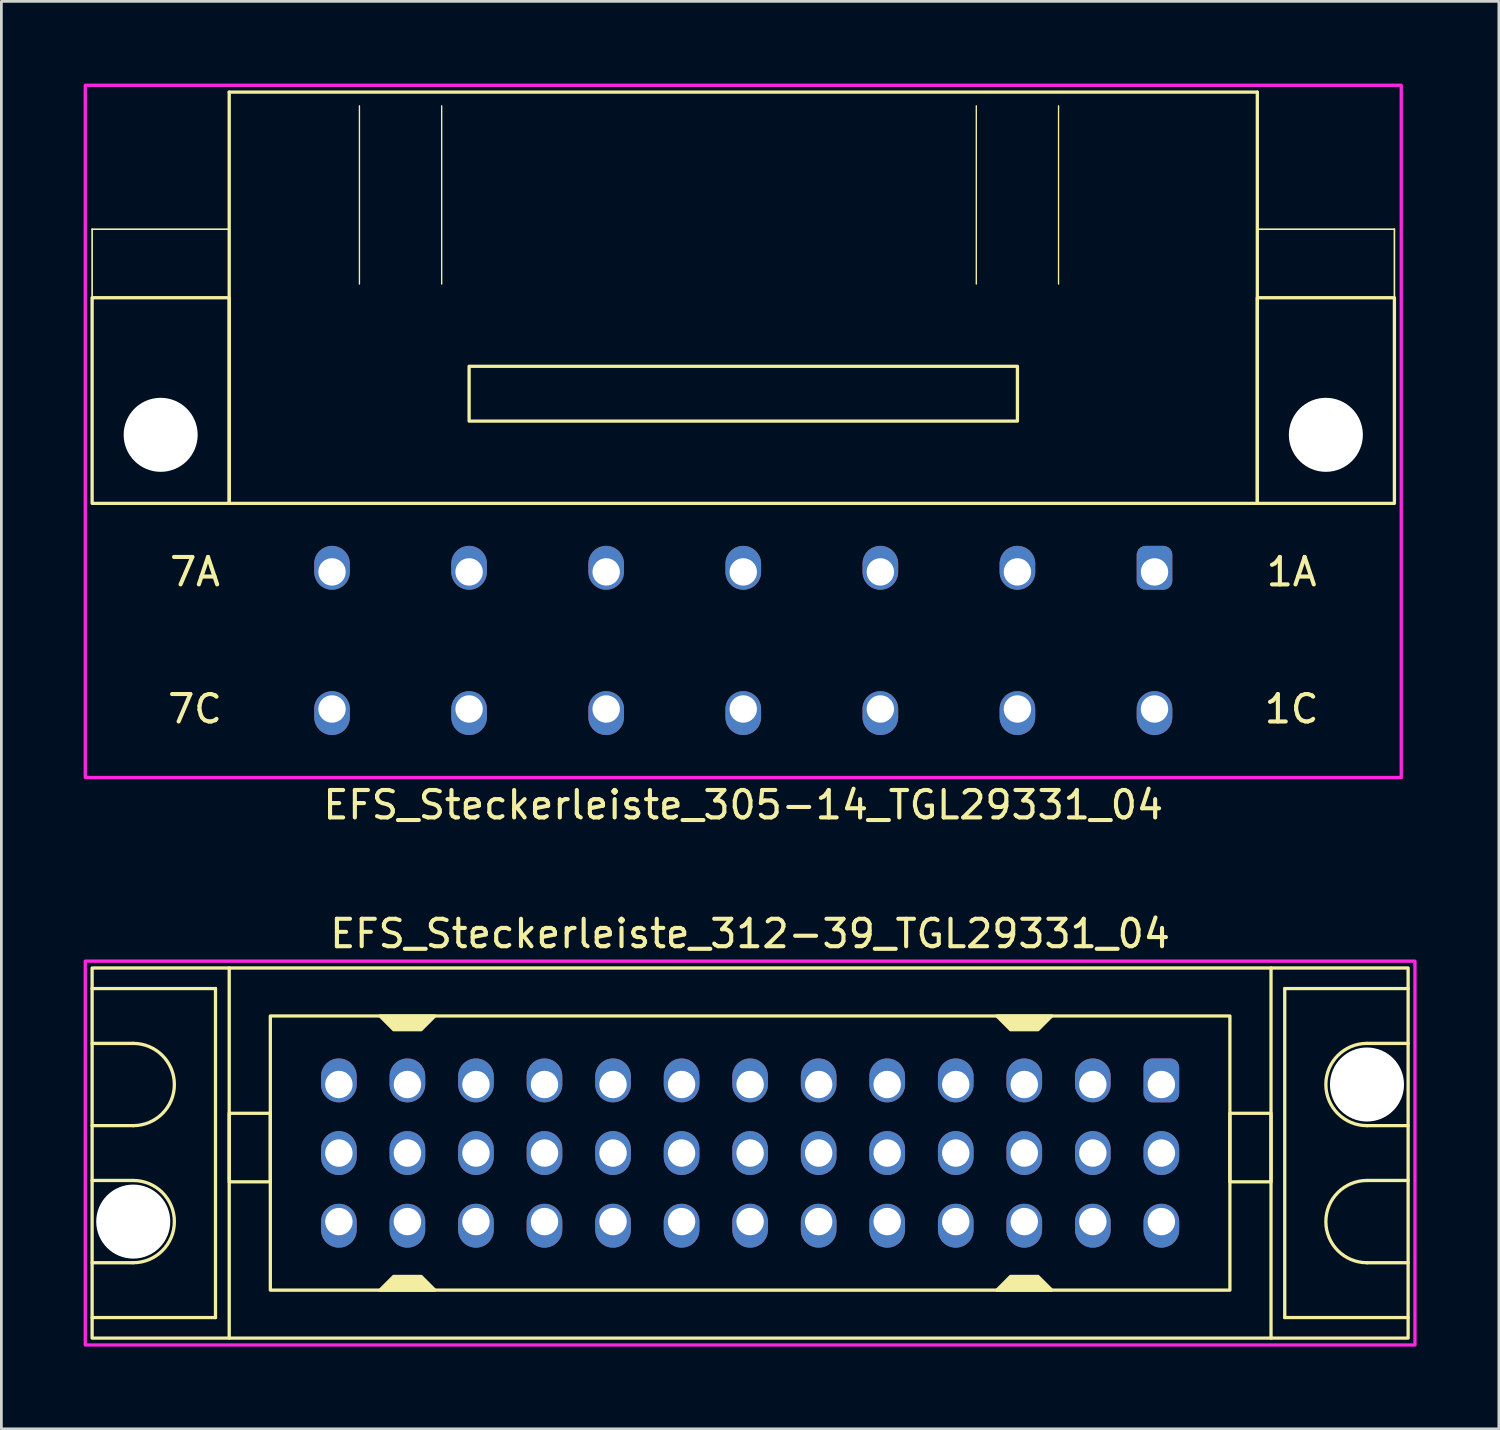
<source format=kicad_pcb>
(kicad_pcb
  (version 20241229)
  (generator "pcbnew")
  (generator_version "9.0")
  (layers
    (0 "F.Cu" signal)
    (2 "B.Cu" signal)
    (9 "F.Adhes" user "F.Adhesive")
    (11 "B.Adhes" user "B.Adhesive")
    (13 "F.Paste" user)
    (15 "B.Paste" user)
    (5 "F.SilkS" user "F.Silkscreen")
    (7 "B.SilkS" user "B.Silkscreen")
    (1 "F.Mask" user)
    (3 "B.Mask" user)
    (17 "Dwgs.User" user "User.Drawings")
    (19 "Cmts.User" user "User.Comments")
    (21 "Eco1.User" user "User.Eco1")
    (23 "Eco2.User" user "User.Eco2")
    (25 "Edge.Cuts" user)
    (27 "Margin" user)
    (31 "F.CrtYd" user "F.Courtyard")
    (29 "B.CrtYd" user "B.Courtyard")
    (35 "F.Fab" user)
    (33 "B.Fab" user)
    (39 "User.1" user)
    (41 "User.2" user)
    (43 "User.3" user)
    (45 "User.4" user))
  (footprint "EFS_Steckerleiste_312-39_TGL29331_04"
    (layer "F.Cu")
    (at 24.31 39.007)
    (property "Reference" "EFS_Steckerleiste_312-39_TGL29331_04" (at 0 -8 180) (layer "F.SilkS") (effects (font (size 1 1) (thickness 0.15))))
    (attr through_hole)
    (fp_line (start -24 -6) (end -19.5 -6) (stroke (width 0.12) (type solid)) (layer "F.SilkS"))
    (fp_line (start -22.5 -4) (end -24 -4) (stroke (width 0.12) (type solid)) (layer "F.SilkS"))
    (fp_line (start -22.5 -1) (end -24 -1) (stroke (width 0.12) (type solid)) (layer "F.SilkS"))
    (fp_line (start -22.5 1) (end -24 1) (stroke (width 0.12) (type solid)) (layer "F.SilkS"))
    (fp_line (start -22.5 4) (end -24 4) (stroke (width 0.12) (type solid)) (layer "F.SilkS"))
    (fp_line (start -19.5 -6) (end -19.5 6) (stroke (width 0.12) (type solid)) (layer "F.SilkS"))
    (fp_line (start -19.5 6) (end -24 6) (stroke (width 0.12) (type solid)) (layer "F.SilkS"))
    (fp_line (start -19 6.75) (end -19 -6.75) (stroke (width 0.12) (type solid)) (layer "F.SilkS"))
    (fp_line (start 19 6.75) (end 19 -6.75) (stroke (width 0.12) (type solid)) (layer "F.SilkS"))
    (fp_line (start 19.5 -6) (end 19.5 6) (stroke (width 0.12) (type solid)) (layer "F.SilkS"))
    (fp_line (start 19.5 6) (end 24 6) (stroke (width 0.12) (type solid)) (layer "F.SilkS"))
    (fp_line (start 22.5 -4) (end 24 -4) (stroke (width 0.12) (type solid)) (layer "F.SilkS"))
    (fp_line (start 22.5 -1) (end 24 -1) (stroke (width 0.12) (type solid)) (layer "F.SilkS"))
    (fp_line (start 22.5 1) (end 24 1) (stroke (width 0.12) (type solid)) (layer "F.SilkS"))
    (fp_line (start 22.5 4) (end 24 4) (stroke (width 0.12) (type solid)) (layer "F.SilkS"))
    (fp_line (start 24 -6) (end 19.5 -6) (stroke (width 0.12) (type solid)) (layer "F.SilkS"))
    (fp_rect (start -24 -6.75) (end 24 6.75) (stroke (width 0.12) (type solid)) (fill no) (layer "F.SilkS"))
    (fp_rect (start -17.5 -5) (end 17.5 5) (stroke (width 0.12) (type solid)) (fill no) (layer "F.SilkS"))
    (fp_rect (start -17.5 -1.45) (end -19 1.05) (stroke (width 0.12) (type solid)) (fill no) (layer "F.SilkS"))
    (fp_rect (start 19 -1.45) (end 17.5 1.05) (stroke (width 0.12) (type solid)) (fill no) (layer "F.SilkS"))
    (fp_arc (start -22.5 -4) (mid -21 -2.5) (end -22.5 -1) (stroke (width 0.12) (type solid)) (layer "F.SilkS"))
    (fp_arc (start -22.5 1) (mid -21 2.5) (end -22.5 4) (stroke (width 0.12) (type solid)) (layer "F.SilkS"))
    (fp_arc (start 22.5 -1) (mid 21 -2.5) (end 22.5 -4) (stroke (width 0.12) (type solid)) (layer "F.SilkS"))
    (fp_arc (start 22.5 4) (mid 21 2.5) (end 22.5 1) (stroke (width 0.12) (type solid)) (layer "F.SilkS"))
    (fp_poly (pts (xy -13 4.5) (xy -12 4.5) (xy -11.5 5) (xy -13.5 5)) (stroke (width 0.12) (type solid)) (fill yes) (layer "F.SilkS"))
    (fp_poly (pts (xy -12 -4.5) (xy -13 -4.5) (xy -13.5 -5) (xy -11.5 -5)) (stroke (width 0.12) (type solid)) (fill yes) (layer "F.SilkS"))
    (fp_poly (pts (xy 9.5 4.5) (xy 10.5 4.5) (xy 11 5) (xy 9 5)) (stroke (width 0.12) (type solid)) (fill yes) (layer "F.SilkS"))
    (fp_poly (pts (xy 10.5 -4.5) (xy 9.5 -4.5) (xy 9 -5) (xy 11 -5)) (stroke (width 0.12) (type solid)) (fill yes) (layer "F.SilkS"))
    (fp_rect (start -24.25 -7) (end 24.25 7) (stroke (width 0.12) (type solid)) (fill no) (layer "F.CrtYd"))
    (pad "" np_thru_hole circle (at -22.5 2.5) (size 2.7 2.7) (drill 2.7) (layers "*.Cu" "*.Mask"))
    (pad "" np_thru_hole circle (at 22.5 -2.5) (size 2.7 2.7) (drill 2.7) (layers "*.Cu" "*.Mask"))
    (pad "1a" thru_hole roundrect (at 15 -2.5) (size 1.3 1.6) (drill 1 (offset 0 -0.15)) (layers "*.Cu" "*.Mask") (roundrect_rratio 0.25))
    (pad "1b" thru_hole oval (at 15 0 180) (size 1.3 1.6) (drill 1) (layers "*.Cu" "*.Mask"))
    (pad "1c" thru_hole oval (at 15 2.5) (size 1.3 1.6) (drill 1 (offset 0 0.15)) (layers "*.Cu" "*.Mask"))
    (pad "2a" thru_hole oval (at 12.5 -2.5) (size 1.3 1.6) (drill 1 (offset 0 -0.15)) (layers "*.Cu" "*.Mask"))
    (pad "2b" thru_hole oval (at 12.5 0 180) (size 1.3 1.6) (drill 1) (layers "*.Cu" "*.Mask"))
    (pad "2c" thru_hole oval (at 12.5 2.5) (size 1.3 1.6) (drill 1 (offset 0 0.15)) (layers "*.Cu" "*.Mask"))
    (pad "3a" thru_hole oval (at 10 -2.5) (size 1.3 1.6) (drill 1 (offset 0 -0.15)) (layers "*.Cu" "*.Mask"))
    (pad "3b" thru_hole oval (at 10 0 180) (size 1.3 1.6) (drill 1) (layers "*.Cu" "*.Mask"))
    (pad "3c" thru_hole oval (at 10 2.5) (size 1.3 1.6) (drill 1 (offset 0 0.15)) (layers "*.Cu" "*.Mask"))
    (pad "4a" thru_hole oval (at 7.5 -2.5) (size 1.3 1.6) (drill 1 (offset 0 -0.15)) (layers "*.Cu" "*.Mask"))
    (pad "4b" thru_hole oval (at 7.5 0 180) (size 1.3 1.6) (drill 1) (layers "*.Cu" "*.Mask"))
    (pad "4c" thru_hole oval (at 7.5 2.5) (size 1.3 1.6) (drill 1 (offset 0 0.15)) (layers "*.Cu" "*.Mask"))
    (pad "5a" thru_hole oval (at 5 -2.5) (size 1.3 1.6) (drill 1 (offset 0 -0.15)) (layers "*.Cu" "*.Mask"))
    (pad "5b" thru_hole oval (at 5 0 180) (size 1.3 1.6) (drill 1) (layers "*.Cu" "*.Mask"))
    (pad "5c" thru_hole oval (at 5 2.5) (size 1.3 1.6) (drill 1 (offset 0 0.15)) (layers "*.Cu" "*.Mask"))
    (pad "6a" thru_hole oval (at 2.5 -2.5) (size 1.3 1.6) (drill 1 (offset 0 -0.15)) (layers "*.Cu" "*.Mask"))
    (pad "6b" thru_hole oval (at 2.5 0 180) (size 1.3 1.6) (drill 1) (layers "*.Cu" "*.Mask"))
    (pad "6c" thru_hole oval (at 2.5 2.5) (size 1.3 1.6) (drill 1 (offset 0 0.15)) (layers "*.Cu" "*.Mask"))
    (pad "7a" thru_hole oval (at 0 -2.5) (size 1.3 1.6) (drill 1 (offset 0 -0.15)) (layers "*.Cu" "*.Mask"))
    (pad "7b" thru_hole oval (at 0 0 180) (size 1.3 1.6) (drill 1) (layers "*.Cu" "*.Mask"))
    (pad "7c" thru_hole oval (at 0 2.5) (size 1.3 1.6) (drill 1 (offset 0 0.15)) (layers "*.Cu" "*.Mask"))
    (pad "8a" thru_hole oval (at -2.5 -2.5) (size 1.3 1.6) (drill 1 (offset 0 -0.15)) (layers "*.Cu" "*.Mask"))
    (pad "8b" thru_hole oval (at -2.5 0 180) (size 1.3 1.6) (drill 1) (layers "*.Cu" "*.Mask"))
    (pad "8c" thru_hole oval (at -2.5 2.5) (size 1.3 1.6) (drill 1 (offset 0 0.15)) (layers "*.Cu" "*.Mask"))
    (pad "9a" thru_hole oval (at -5 -2.5) (size 1.3 1.6) (drill 1 (offset 0 -0.15)) (layers "*.Cu" "*.Mask"))
    (pad "9b" thru_hole oval (at -5 0 180) (size 1.3 1.6) (drill 1) (layers "*.Cu" "*.Mask"))
    (pad "9c" thru_hole oval (at -5 2.5) (size 1.3 1.6) (drill 1 (offset 0 0.15)) (layers "*.Cu" "*.Mask"))
    (pad "10a" thru_hole oval (at -7.5 -2.5) (size 1.3 1.6) (drill 1 (offset 0 -0.15)) (layers "*.Cu" "*.Mask"))
    (pad "10b" thru_hole oval (at -7.5 0 180) (size 1.3 1.6) (drill 1) (layers "*.Cu" "*.Mask"))
    (pad "10c" thru_hole oval (at -7.5 2.5) (size 1.3 1.6) (drill 1 (offset 0 0.15)) (layers "*.Cu" "*.Mask"))
    (pad "11a" thru_hole oval (at -10 -2.5) (size 1.3 1.6) (drill 1 (offset 0 -0.15)) (layers "*.Cu" "*.Mask"))
    (pad "11b" thru_hole oval (at -10 0 180) (size 1.3 1.6) (drill 1) (layers "*.Cu" "*.Mask"))
    (pad "11c" thru_hole oval (at -10 2.5) (size 1.3 1.6) (drill 1 (offset 0 0.15)) (layers "*.Cu" "*.Mask"))
    (pad "12a" thru_hole oval (at -12.5 -2.5) (size 1.3 1.6) (drill 1 (offset 0 -0.15)) (layers "*.Cu" "*.Mask"))
    (pad "12b" thru_hole oval (at -12.5 0 180) (size 1.3 1.6) (drill 1) (layers "*.Cu" "*.Mask"))
    (pad "12c" thru_hole oval (at -12.5 2.5) (size 1.3 1.6) (drill 1 (offset 0 0.15)) (layers "*.Cu" "*.Mask"))
    (pad "13a" thru_hole oval (at -15 -2.5) (size 1.3 1.6) (drill 1 (offset 0 -0.15)) (layers "*.Cu" "*.Mask"))
    (pad "13b" thru_hole oval (at -15 0 180) (size 1.3 1.6) (drill 1) (layers "*.Cu" "*.Mask"))
    (pad "13c" thru_hole oval (at -15 2.5) (size 1.3 1.6) (drill 1 (offset 0 0.15)) (layers "*.Cu" "*.Mask")))
  (footprint "EFS_Steckerleiste_305-14_TGL29331_04"
    (layer "F.Cu")
    (at 24.06 5.31)
    (property "Reference" "EFS_Steckerleiste_305-14_TGL29331_04" (at 0 21 180) (layer "F.SilkS") (effects (font (size 1 1) (thickness 0.15))))
    (attr through_hole)
    (fp_line (start -23.75 0) (end -23.75 2.5) (stroke (width 0.06) (type solid)) (layer "F.SilkS"))
    (fp_line (start -18.75 -5) (end -18.75 10) (stroke (width 0.12) (type solid)) (layer "F.SilkS"))
    (fp_line (start -18.75 -5) (end 18.75 -5) (stroke (width 0.12) (type solid)) (layer "F.SilkS"))
    (fp_line (start -18.75 0) (end -23.75 0) (stroke (width 0.06) (type solid)) (layer "F.SilkS"))
    (fp_line (start -18.75 10) (end 18.75 10) (stroke (width 0.12) (type solid)) (layer "F.SilkS"))
    (fp_line (start -14 -4.5) (end -14 2) (stroke (width 0.05) (type solid)) (layer "F.SilkS"))
    (fp_line (start -11 -4.5) (end -11 2) (stroke (width 0.05) (type solid)) (layer "F.SilkS"))
    (fp_line (start 8.5 -4.5) (end 8.5 2) (stroke (width 0.05) (type solid)) (layer "F.SilkS"))
    (fp_line (start 11.5 -4.5) (end 11.5 2) (stroke (width 0.05) (type solid)) (layer "F.SilkS"))
    (fp_line (start 18.75 10) (end 18.75 -5) (stroke (width 0.12) (type solid)) (layer "F.SilkS"))
    (fp_line (start 23.75 0) (end 18.75 0) (stroke (width 0.06) (type solid)) (layer "F.SilkS"))
    (fp_line (start 23.75 0) (end 23.75 2.5) (stroke (width 0.06) (type solid)) (layer "F.SilkS"))
    (fp_rect (start -18.75 10) (end -23.75 2.5) (stroke (width 0.12) (type solid)) (fill no) (layer "F.SilkS"))
    (fp_rect (start -10 7) (end 10 5) (stroke (width 0.12) (type solid)) (fill no) (layer "F.SilkS"))
    (fp_rect (start 23.75 10) (end 18.75 2.5) (stroke (width 0.12) (type solid)) (fill no) (layer "F.SilkS"))
    (fp_rect (start -24 -5.25) (end 24 20) (stroke (width 0.12) (type solid)) (fill no) (layer "F.CrtYd"))
    (fp_text user "1C" (at 20 17.5 0) (layer "F.SilkS") (effects (font (size 1 1) (thickness 0.15))))
    (fp_text user "7C" (at -20 17.5 0) (layer "F.SilkS") (effects (font (size 1 1) (thickness 0.15))))
    (fp_text user "7A" (at -20 12.5 0) (layer "F.SilkS") (effects (font (size 1 1) (thickness 0.15))))
    (fp_text user "1A" (at 20 12.5 0) (layer "F.SilkS") (effects (font (size 1 1) (thickness 0.15))))
    (pad "" np_thru_hole circle (at -21.25 7.5) (size 2.7 2.7) (drill 2.7) (layers "*.Cu" "*.Mask"))
    (pad "" np_thru_hole circle (at 21.25 7.5) (size 2.7 2.7) (drill 2.7) (layers "*.Cu" "*.Mask"))
    (pad "1a" thru_hole roundrect (at 15 12.5) (size 1.3 1.6) (drill 1 (offset 0 -0.15)) (layers "*.Cu" "*.Mask") (roundrect_rratio 0.25))
    (pad "1c" thru_hole oval (at 15 17.5) (size 1.3 1.6) (drill 1 (offset 0 0.15)) (layers "*.Cu" "*.Mask"))
    (pad "2a" thru_hole oval (at 10 12.5) (size 1.3 1.6) (drill 1 (offset 0 -0.15)) (layers "*.Cu" "*.Mask"))
    (pad "2c" thru_hole oval (at 10 17.5) (size 1.3 1.6) (drill 1 (offset 0 0.15)) (layers "*.Cu" "*.Mask"))
    (pad "3a" thru_hole oval (at 5 12.5) (size 1.3 1.6) (drill 1 (offset 0 -0.15)) (layers "*.Cu" "*.Mask"))
    (pad "3c" thru_hole oval (at 5 17.5) (size 1.3 1.6) (drill 1 (offset 0 0.15)) (layers "*.Cu" "*.Mask"))
    (pad "4a" thru_hole oval (at 0 12.5) (size 1.3 1.6) (drill 1 (offset 0 -0.15)) (layers "*.Cu" "*.Mask"))
    (pad "4c" thru_hole oval (at 0 17.5) (size 1.3 1.6) (drill 1 (offset 0 0.15)) (layers "*.Cu" "*.Mask"))
    (pad "5a" thru_hole oval (at -5 12.5) (size 1.3 1.6) (drill 1 (offset 0 -0.15)) (layers "*.Cu" "*.Mask"))
    (pad "5c" thru_hole oval (at -5 17.5) (size 1.3 1.6) (drill 1 (offset 0 0.15)) (layers "*.Cu" "*.Mask"))
    (pad "6a" thru_hole oval (at -10 12.5) (size 1.3 1.6) (drill 1 (offset 0 -0.15)) (layers "*.Cu" "*.Mask"))
    (pad "6c" thru_hole oval (at -10 17.5) (size 1.3 1.6) (drill 1 (offset 0 0.15)) (layers "*.Cu" "*.Mask"))
    (pad "7a" thru_hole oval (at -15 12.5) (size 1.3 1.6) (drill 1 (offset 0 -0.15)) (layers "*.Cu" "*.Mask"))
    (pad "7c" thru_hole oval (at -15 17.5) (size 1.3 1.6) (drill 1 (offset 0 0.15)) (layers "*.Cu" "*.Mask")))
  (gr_rect
    (start -3 -3)
    (end 51.62 49.066)
    (stroke (width 0.1) (type default))
    (fill no)
    (layer "Edge.Cuts")))
</source>
